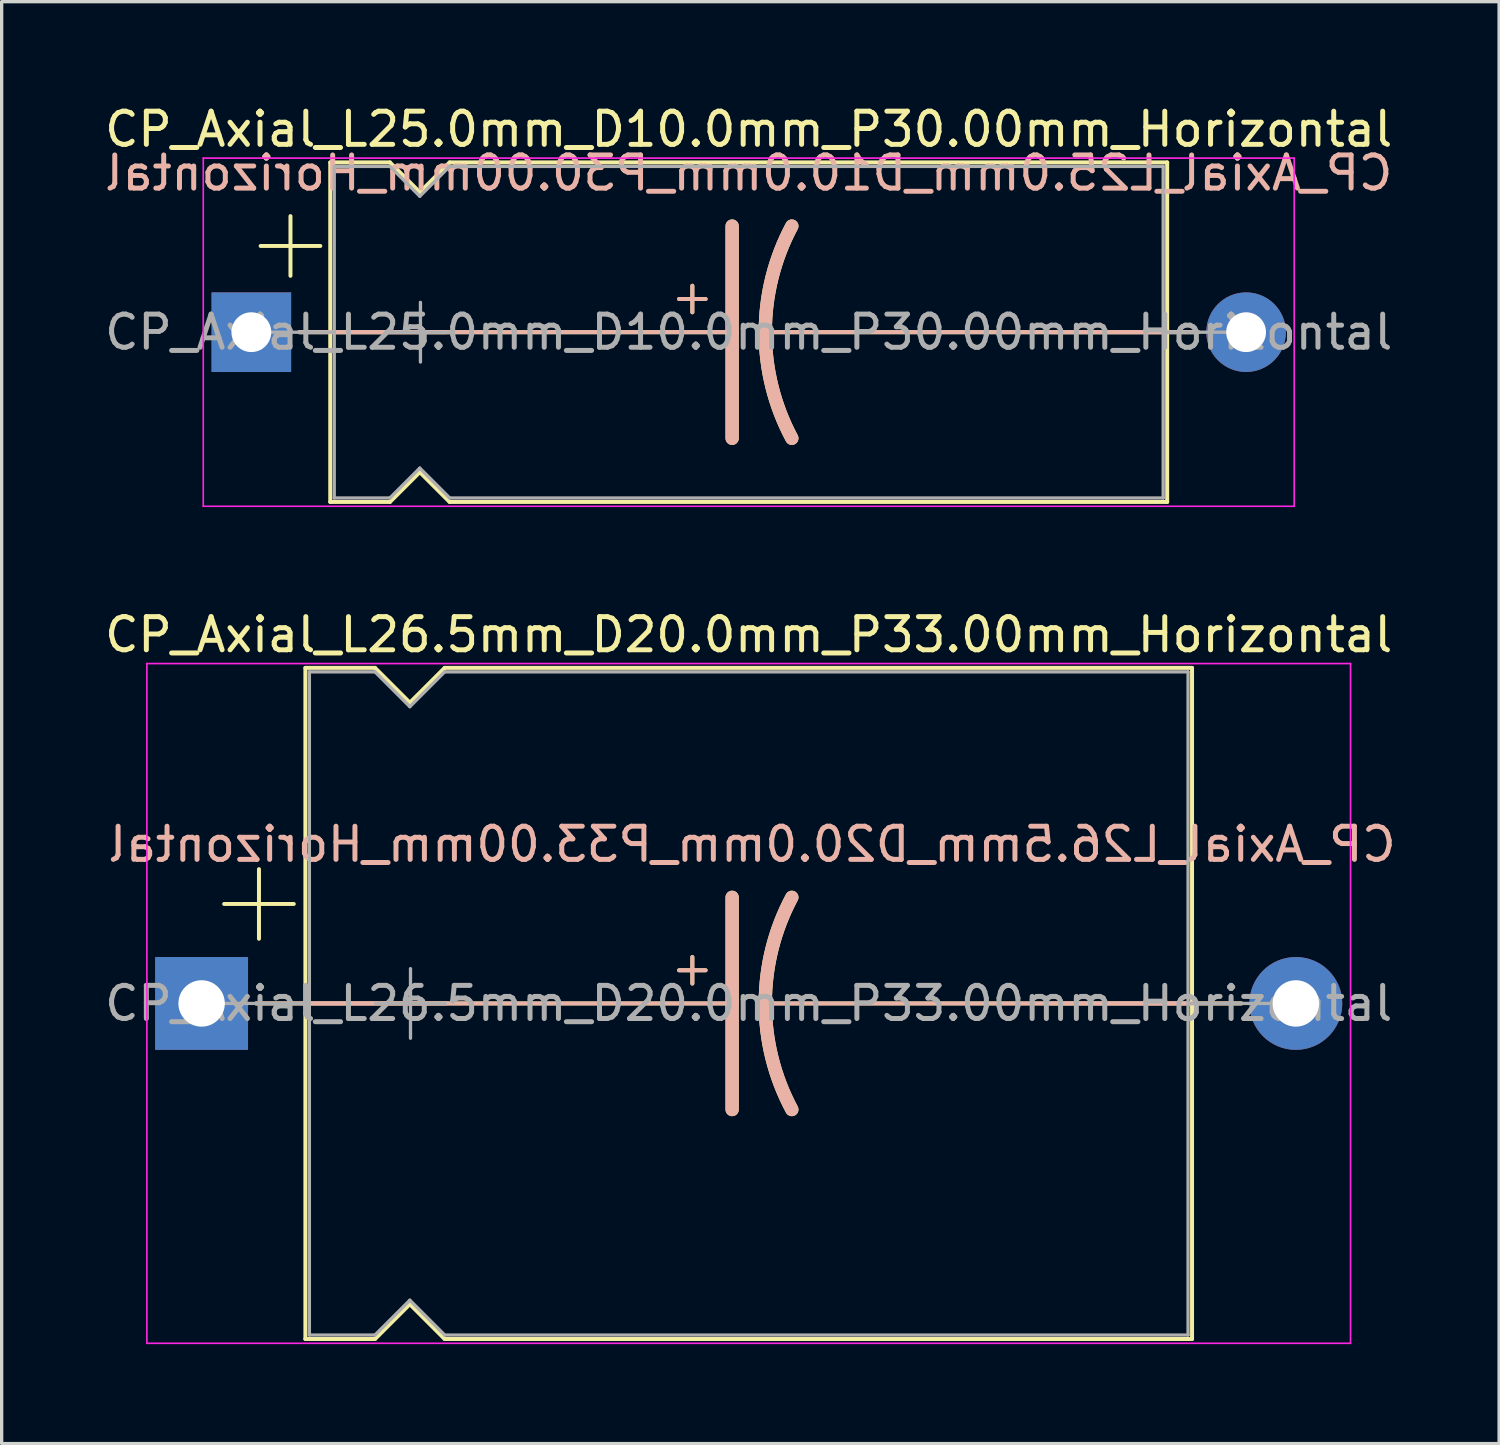
<source format=kicad_pcb>
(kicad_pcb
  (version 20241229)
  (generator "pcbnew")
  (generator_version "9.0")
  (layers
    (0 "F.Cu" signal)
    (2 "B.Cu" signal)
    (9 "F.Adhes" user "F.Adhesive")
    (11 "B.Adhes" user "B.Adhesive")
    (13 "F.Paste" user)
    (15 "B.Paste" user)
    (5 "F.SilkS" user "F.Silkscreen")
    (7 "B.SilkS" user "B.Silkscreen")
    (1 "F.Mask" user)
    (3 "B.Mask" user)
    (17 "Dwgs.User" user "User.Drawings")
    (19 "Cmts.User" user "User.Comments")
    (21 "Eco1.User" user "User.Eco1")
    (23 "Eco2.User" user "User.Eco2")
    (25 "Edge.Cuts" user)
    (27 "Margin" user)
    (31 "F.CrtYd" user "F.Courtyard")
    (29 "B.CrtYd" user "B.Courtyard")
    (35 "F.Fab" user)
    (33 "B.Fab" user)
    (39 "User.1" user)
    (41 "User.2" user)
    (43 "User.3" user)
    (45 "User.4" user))
  (footprint "CP_Axial_L25.0mm_D10.0mm_P30.00mm_Horizontal"
    (layer "F.Cu")
    (at 4.53 6.968)
    (property "Reference" "CP_Axial_L25.0mm_D10.0mm_P30.00mm_Horizontal" (at 15 -6.12 0) (layer "F.SilkS") (effects (font (size 1 1) (thickness 0.15))))
    (fp_line (start 0.28 -2.6) (end 2.08 -2.6) (stroke (width 0.12) (type solid)) (layer "F.SilkS"))
    (fp_line (start 1.18 -3.5) (end 1.18 -1.7) (stroke (width 0.12) (type solid)) (layer "F.SilkS"))
    (fp_line (start 1.44 0) (end 2.38 0) (stroke (width 0.12) (type solid)) (layer "F.SilkS"))
    (fp_line (start 2.38 -5.12) (end 2.38 5.12) (stroke (width 0.12) (type solid)) (layer "F.SilkS"))
    (fp_line (start 2.38 -5.12) (end 4.18 -5.12) (stroke (width 0.12) (type solid)) (layer "F.SilkS"))
    (fp_line (start 2.38 0) (end 14.5 0) (stroke (width 0.12) (type solid)) (layer "F.SilkS"))
    (fp_line (start 2.38 5.12) (end 4.18 5.12) (stroke (width 0.12) (type solid)) (layer "F.SilkS"))
    (fp_line (start 4.18 -5.12) (end 5.08 -4.22) (stroke (width 0.12) (type solid)) (layer "F.SilkS"))
    (fp_line (start 4.18 5.12) (end 5.08 4.22) (stroke (width 0.12) (type solid)) (layer "F.SilkS"))
    (fp_line (start 5.08 -4.22) (end 5.98 -5.12) (stroke (width 0.12) (type solid)) (layer "F.SilkS"))
    (fp_line (start 5.08 4.22) (end 5.98 5.12) (stroke (width 0.12) (type solid)) (layer "F.SilkS"))
    (fp_line (start 5.98 -5.12) (end 27.62 -5.12) (stroke (width 0.12) (type solid)) (layer "F.SilkS"))
    (fp_line (start 5.98 5.12) (end 27.62 5.12) (stroke (width 0.12) (type solid)) (layer "F.SilkS"))
    (fp_line (start 12.9 -1) (end 13.7 -1) (stroke (width 0.12) (type solid)) (layer "F.SilkS"))
    (fp_line (start 13.3 -1.4) (end 13.3 -0.6) (stroke (width 0.12) (type solid)) (layer "F.SilkS"))
    (fp_line (start 14.5 0) (end 14.5 -3.2) (stroke (width 0.4) (type solid)) (layer "F.SilkS"))
    (fp_line (start 14.5 0) (end 14.5 3.2) (stroke (width 0.4) (type solid)) (layer "F.SilkS"))
    (fp_line (start 27.62 -5.12) (end 27.62 5.12) (stroke (width 0.12) (type solid)) (layer "F.SilkS"))
    (fp_line (start 27.62 0) (end 15.5 0) (stroke (width 0.12) (type solid)) (layer "F.SilkS"))
    (fp_line (start 28.56 0) (end 27.62 0) (stroke (width 0.12) (type solid)) (layer "F.SilkS"))
    (fp_arc (start 15.5 0) (mid 15.703545 -1.649114) (end 16.3 -3.2) (stroke (width 0.4) (type solid)) (layer "F.SilkS"))
    (fp_arc (start 16.3 3.2) (mid 15.700704 1.649824) (end 15.5 0) (stroke (width 0.4) (type solid)) (layer "F.SilkS"))
    (fp_line (start 1.45 0) (end 5.88 0) (stroke (width 0.12) (type solid)) (layer "B.SilkS"))
    (fp_line (start 2.38 0) (end 14.5 0) (stroke (width 0.12) (type solid)) (layer "B.SilkS"))
    (fp_line (start 12.9 -1) (end 13.7 -1) (stroke (width 0.12) (type solid)) (layer "B.SilkS"))
    (fp_line (start 13.3 -0.6) (end 13.3 -1.4) (stroke (width 0.12) (type solid)) (layer "B.SilkS"))
    (fp_line (start 14.5 0) (end 14.5 -3.2) (stroke (width 0.4) (type solid)) (layer "B.SilkS"))
    (fp_line (start 14.5 0) (end 14.5 3.2) (stroke (width 0.4) (type solid)) (layer "B.SilkS"))
    (fp_line (start 27.62 0) (end 15.5 0) (stroke (width 0.12) (type solid)) (layer "B.SilkS"))
    (fp_line (start 28.55 0) (end 24.12 0) (stroke (width 0.12) (type solid)) (layer "B.SilkS"))
    (fp_arc (start 15.5 0) (mid 15.700703 -1.649824) (end 16.3 -3.2) (stroke (width 0.4) (type solid)) (layer "B.SilkS"))
    (fp_arc (start 16.3 3.2) (mid 15.703544 1.649114) (end 15.5 0) (stroke (width 0.4) (type solid)) (layer "B.SilkS"))
    (fp_line (start -1.45 -5.25) (end -1.45 5.25) (stroke (width 0.05) (type solid)) (layer "F.CrtYd"))
    (fp_line (start -1.45 5.25) (end 31.45 5.25) (stroke (width 0.05) (type solid)) (layer "F.CrtYd"))
    (fp_line (start 31.45 -5.25) (end -1.45 -5.25) (stroke (width 0.05) (type solid)) (layer "F.CrtYd"))
    (fp_line (start 31.45 5.25) (end 31.45 -5.25) (stroke (width 0.05) (type solid)) (layer "F.CrtYd"))
    (fp_line (start 0 0) (end 2.5 0) (stroke (width 0.1) (type solid)) (layer "F.Fab"))
    (fp_line (start 2.5 -5) (end 2.5 5) (stroke (width 0.1) (type solid)) (layer "F.Fab"))
    (fp_line (start 2.5 -5) (end 4.18 -5) (stroke (width 0.1) (type solid)) (layer "F.Fab"))
    (fp_line (start 2.5 5) (end 4.18 5) (stroke (width 0.1) (type solid)) (layer "F.Fab"))
    (fp_line (start 4.18 -5) (end 5.08 -4.1) (stroke (width 0.1) (type solid)) (layer "F.Fab"))
    (fp_line (start 4.18 5) (end 5.08 4.1) (stroke (width 0.1) (type solid)) (layer "F.Fab"))
    (fp_line (start 4.2 0) (end 6 0) (stroke (width 0.1) (type solid)) (layer "F.Fab"))
    (fp_line (start 5.08 -4.1) (end 5.98 -5) (stroke (width 0.1) (type solid)) (layer "F.Fab"))
    (fp_line (start 5.08 4.1) (end 5.98 5) (stroke (width 0.1) (type solid)) (layer "F.Fab"))
    (fp_line (start 5.1 -0.9) (end 5.1 0.9) (stroke (width 0.1) (type solid)) (layer "F.Fab"))
    (fp_line (start 5.98 -5) (end 27.5 -5) (stroke (width 0.1) (type solid)) (layer "F.Fab"))
    (fp_line (start 5.98 5) (end 27.5 5) (stroke (width 0.1) (type solid)) (layer "F.Fab"))
    (fp_line (start 27.5 -5) (end 27.5 5) (stroke (width 0.1) (type solid)) (layer "F.Fab"))
    (fp_line (start 30 0) (end 27.5 0) (stroke (width 0.1) (type solid)) (layer "F.Fab"))
    (fp_text user "${REFERENCE}" (at 15 -4.8 0) (layer "B.SilkS") (effects (font (size 1 1) (thickness 0.15)) (justify mirror)))
    (fp_text user "${REFERENCE}" (at 15 0 0) (layer "F.Fab") (effects (font (size 1 1) (thickness 0.15))))
    (pad "1" thru_hole rect (at 0 0) (size 2.4 2.4) (drill 1.2) (layers "*.Cu" "*.Mask"))
    (pad "2" thru_hole oval (at 30 0) (size 2.4 2.4) (drill 1.2) (layers "*.Cu" "*.Mask")))
  (footprint "CP_Axial_L26.5mm_D20.0mm_P33.00mm_Horizontal"
    (layer "F.Cu")
    (at 3.03 27.212)
    (property "Reference" "CP_Axial_L26.5mm_D20.0mm_P33.00mm_Horizontal" (at 16.5 -11.12 0) (layer "F.SilkS") (effects (font (size 1 1) (thickness 0.15))))
    (fp_line (start 0.68 -3) (end 2.78 -3) (stroke (width 0.12) (type solid)) (layer "F.SilkS"))
    (fp_line (start 1.64 0) (end 3.13 0) (stroke (width 0.12) (type solid)) (layer "F.SilkS"))
    (fp_line (start 1.73 -4.05) (end 1.73 -1.95) (stroke (width 0.12) (type solid)) (layer "F.SilkS"))
    (fp_line (start 3.13 -10.12) (end 3.13 10.12) (stroke (width 0.12) (type solid)) (layer "F.SilkS"))
    (fp_line (start 3.13 -10.12) (end 5.23 -10.12) (stroke (width 0.12) (type solid)) (layer "F.SilkS"))
    (fp_line (start 3.13 0) (end 16 0) (stroke (width 0.12) (type solid)) (layer "F.SilkS"))
    (fp_line (start 3.13 10.12) (end 5.23 10.12) (stroke (width 0.12) (type solid)) (layer "F.SilkS"))
    (fp_line (start 5.23 -10.12) (end 6.28 -9.07) (stroke (width 0.12) (type solid)) (layer "F.SilkS"))
    (fp_line (start 5.23 10.12) (end 6.28 9.07) (stroke (width 0.12) (type solid)) (layer "F.SilkS"))
    (fp_line (start 6.28 -9.07) (end 7.33 -10.12) (stroke (width 0.12) (type solid)) (layer "F.SilkS"))
    (fp_line (start 6.28 9.07) (end 7.33 10.12) (stroke (width 0.12) (type solid)) (layer "F.SilkS"))
    (fp_line (start 7.33 -10.12) (end 29.87 -10.12) (stroke (width 0.12) (type solid)) (layer "F.SilkS"))
    (fp_line (start 7.33 10.12) (end 29.87 10.12) (stroke (width 0.12) (type solid)) (layer "F.SilkS"))
    (fp_line (start 14.4 -1) (end 15.2 -1) (stroke (width 0.12) (type solid)) (layer "F.SilkS"))
    (fp_line (start 14.8 -1.4) (end 14.8 -0.6) (stroke (width 0.12) (type solid)) (layer "F.SilkS"))
    (fp_line (start 16 0) (end 16 -3.2) (stroke (width 0.4) (type solid)) (layer "F.SilkS"))
    (fp_line (start 16 0) (end 16 3.2) (stroke (width 0.4) (type solid)) (layer "F.SilkS"))
    (fp_line (start 29.87 -10.12) (end 29.87 10.12) (stroke (width 0.12) (type solid)) (layer "F.SilkS"))
    (fp_line (start 29.87 0) (end 17 0) (stroke (width 0.12) (type solid)) (layer "F.SilkS"))
    (fp_line (start 31.36 0) (end 29.87 0) (stroke (width 0.12) (type solid)) (layer "F.SilkS"))
    (fp_arc (start 17 0) (mid 17.203545 -1.649114) (end 17.8 -3.2) (stroke (width 0.4) (type solid)) (layer "F.SilkS"))
    (fp_arc (start 17.8 3.2) (mid 17.200704 1.649824) (end 17 0) (stroke (width 0.4) (type solid)) (layer "F.SilkS"))
    (fp_line (start 1.65 0) (end 7.38 0) (stroke (width 0.12) (type solid)) (layer "B.SilkS"))
    (fp_line (start 3.13 0) (end 16 0) (stroke (width 0.12) (type solid)) (layer "B.SilkS"))
    (fp_line (start 14.4 -1) (end 15.2 -1) (stroke (width 0.12) (type solid)) (layer "B.SilkS"))
    (fp_line (start 14.8 -0.6) (end 14.8 -1.4) (stroke (width 0.12) (type solid)) (layer "B.SilkS"))
    (fp_line (start 16 0) (end 16 -3.2) (stroke (width 0.4) (type solid)) (layer "B.SilkS"))
    (fp_line (start 16 0) (end 16 3.2) (stroke (width 0.4) (type solid)) (layer "B.SilkS"))
    (fp_line (start 29.87 0) (end 17 0) (stroke (width 0.12) (type solid)) (layer "B.SilkS"))
    (fp_line (start 31.35 0) (end 25.62 0) (stroke (width 0.12) (type solid)) (layer "B.SilkS"))
    (fp_arc (start 17 0) (mid 17.200703 -1.649824) (end 17.8 -3.2) (stroke (width 0.4) (type solid)) (layer "B.SilkS"))
    (fp_arc (start 17.8 3.2) (mid 17.203544 1.649114) (end 17 0) (stroke (width 0.4) (type solid)) (layer "B.SilkS"))
    (fp_line (start -1.65 -10.25) (end -1.65 10.25) (stroke (width 0.05) (type solid)) (layer "F.CrtYd"))
    (fp_line (start -1.65 10.25) (end 34.65 10.25) (stroke (width 0.05) (type solid)) (layer "F.CrtYd"))
    (fp_line (start 34.65 -10.25) (end -1.65 -10.25) (stroke (width 0.05) (type solid)) (layer "F.CrtYd"))
    (fp_line (start 34.65 10.25) (end 34.65 -10.25) (stroke (width 0.05) (type solid)) (layer "F.CrtYd"))
    (fp_line (start 0 0) (end 3.25 0) (stroke (width 0.1) (type solid)) (layer "F.Fab"))
    (fp_line (start 3.25 -10) (end 3.25 10) (stroke (width 0.1) (type solid)) (layer "F.Fab"))
    (fp_line (start 3.25 -10) (end 5.23 -10) (stroke (width 0.1) (type solid)) (layer "F.Fab"))
    (fp_line (start 3.25 10) (end 5.23 10) (stroke (width 0.1) (type solid)) (layer "F.Fab"))
    (fp_line (start 5.23 -10) (end 6.28 -8.95) (stroke (width 0.1) (type solid)) (layer "F.Fab"))
    (fp_line (start 5.23 10) (end 6.28 8.95) (stroke (width 0.1) (type solid)) (layer "F.Fab"))
    (fp_line (start 5.25 0) (end 7.35 0) (stroke (width 0.1) (type solid)) (layer "F.Fab"))
    (fp_line (start 6.28 -8.95) (end 7.33 -10) (stroke (width 0.1) (type solid)) (layer "F.Fab"))
    (fp_line (start 6.28 8.95) (end 7.33 10) (stroke (width 0.1) (type solid)) (layer "F.Fab"))
    (fp_line (start 6.3 -1.05) (end 6.3 1.05) (stroke (width 0.1) (type solid)) (layer "F.Fab"))
    (fp_line (start 7.33 -10) (end 29.75 -10) (stroke (width 0.1) (type solid)) (layer "F.Fab"))
    (fp_line (start 7.33 10) (end 29.75 10) (stroke (width 0.1) (type solid)) (layer "F.Fab"))
    (fp_line (start 29.75 -10) (end 29.75 10) (stroke (width 0.1) (type solid)) (layer "F.Fab"))
    (fp_line (start 33 0) (end 29.75 0) (stroke (width 0.1) (type solid)) (layer "F.Fab"))
    (fp_text user "${REFERENCE}" (at 16.6 -4.8 0) (layer "B.SilkS") (effects (font (size 1 1) (thickness 0.15)) (justify mirror)))
    (fp_text user "${REFERENCE}" (at 16.5 0 0) (layer "F.Fab") (effects (font (size 1 1) (thickness 0.15))))
    (pad "1" thru_hole rect (at 0 0) (size 2.8 2.8) (drill 1.4) (layers "*.Cu" "*.Mask"))
    (pad "2" thru_hole oval (at 33 0) (size 2.8 2.8) (drill 1.4) (layers "*.Cu" "*.Mask")))
  (gr_rect
    (start -3 -3)
    (end 42.16 40.486)
    (stroke (width 0.1) (type default))
    (fill no)
    (layer "Edge.Cuts")))
</source>
